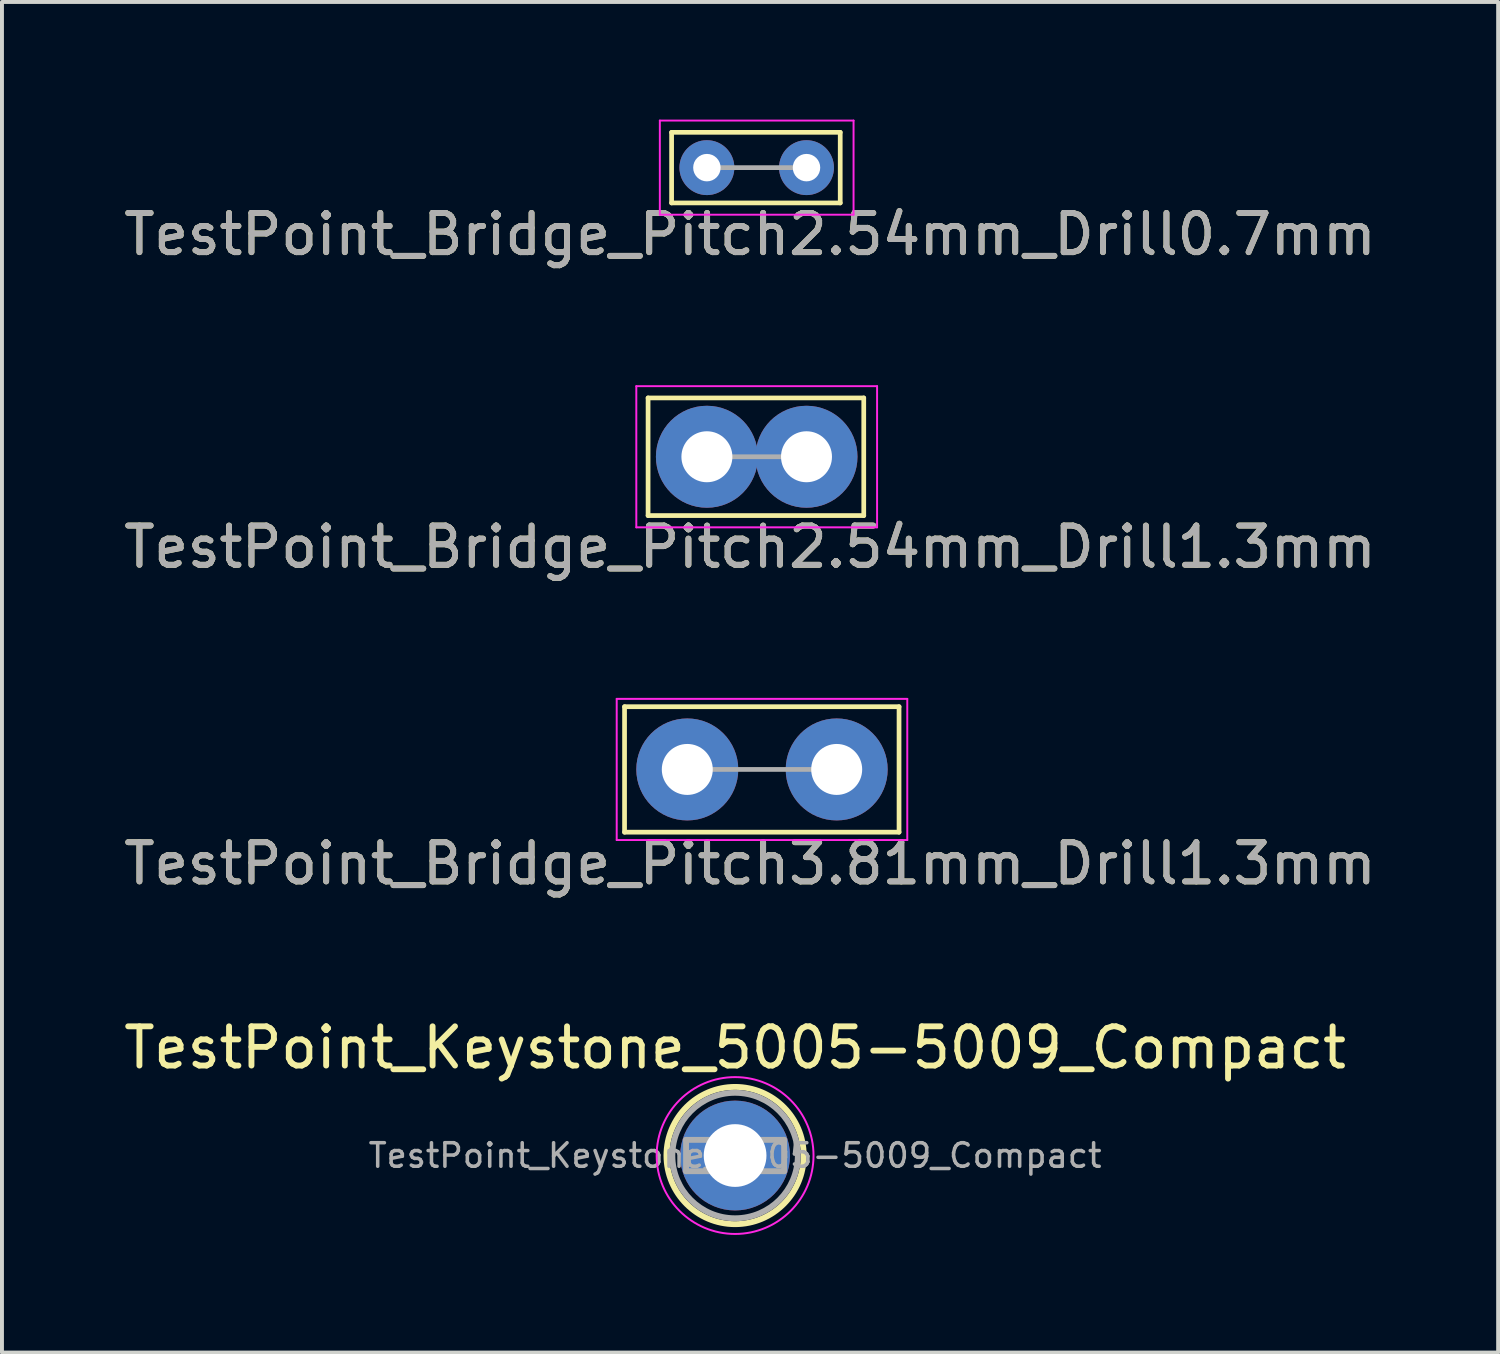
<source format=kicad_pcb>
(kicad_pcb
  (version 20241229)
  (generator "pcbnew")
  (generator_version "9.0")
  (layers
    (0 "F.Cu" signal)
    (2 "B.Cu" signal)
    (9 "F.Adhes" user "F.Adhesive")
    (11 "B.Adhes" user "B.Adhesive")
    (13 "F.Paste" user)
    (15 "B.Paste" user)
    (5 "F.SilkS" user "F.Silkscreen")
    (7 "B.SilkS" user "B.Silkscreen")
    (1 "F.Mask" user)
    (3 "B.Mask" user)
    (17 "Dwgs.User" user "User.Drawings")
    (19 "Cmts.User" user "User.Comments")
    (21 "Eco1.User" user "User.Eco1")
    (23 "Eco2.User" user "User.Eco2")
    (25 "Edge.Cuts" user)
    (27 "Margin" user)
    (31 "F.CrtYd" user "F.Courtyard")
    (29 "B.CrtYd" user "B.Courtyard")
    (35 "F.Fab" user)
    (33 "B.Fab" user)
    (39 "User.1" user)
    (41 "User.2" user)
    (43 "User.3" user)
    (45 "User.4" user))
  (footprint "TestPoint_Bridge_Pitch3.81mm_Drill1.3mm"
    (layer "F.Cu")
    (at 14.477 16.572)
    (property "Reference" "TestPoint_Bridge_Pitch3.81mm_Drill1.3mm" (at 1.6 2.4 0) (layer "F.SilkS") (effects (font (size 1 1) (thickness 0.15))))
    (attr through_hole)
    (fp_line (start -1.6 -1.6) (end 5.4 -1.6) (stroke (width 0.12) (type solid)) (layer "F.SilkS"))
    (fp_line (start -1.6 1.6) (end -1.6 -1.6) (stroke (width 0.12) (type solid)) (layer "F.SilkS"))
    (fp_line (start 5.4 -1.6) (end 5.4 1.6) (stroke (width 0.12) (type solid)) (layer "F.SilkS"))
    (fp_line (start 5.4 1.6) (end -1.6 1.6) (stroke (width 0.12) (type solid)) (layer "F.SilkS"))
    (fp_line (start -1.8 -1.8) (end -1.8 1.8) (stroke (width 0.05) (type solid)) (layer "F.CrtYd"))
    (fp_line (start -1.8 -1.8) (end 5.61 -1.8) (stroke (width 0.05) (type solid)) (layer "F.CrtYd"))
    (fp_line (start 5.61 1.8) (end -1.8 1.8) (stroke (width 0.05) (type solid)) (layer "F.CrtYd"))
    (fp_line (start 5.61 1.8) (end 5.61 -1.8) (stroke (width 0.05) (type solid)) (layer "F.CrtYd"))
    (fp_line (start 3.81 0) (end 0 0) (stroke (width 0.12) (type solid)) (layer "F.Fab"))
    (fp_text user "${REFERENCE}" (at 1.6 2.4 0) (layer "F.Fab") (effects (font (size 1 1) (thickness 0.15))))
    (pad "1" thru_hole circle (at 0 0) (size 2.6 2.6) (drill 1.3) (layers "*.Cu" "*.Mask"))
    (pad "1" thru_hole circle (at 3.81 0) (size 2.6 2.6) (drill 1.3) (layers "*.Cu" "*.Mask")))
  (footprint "TestPoint_Keystone_5005-5009_Compact"
    (layer "F.Cu")
    (at 15.696 26.418)
    (property "Reference" "TestPoint_Keystone_5005-5009_Compact" (at 0 -2.75 0) (layer "F.SilkS") (effects (font (size 1 1) (thickness 0.15))))
    (attr through_hole)
    (fp_circle (center 0 0) (end 1.75 0) (stroke (width 0.15) (type solid)) (fill no) (layer "F.SilkS"))
    (fp_circle (center 0 0) (end 2 0) (stroke (width 0.05) (type solid)) (fill no) (layer "F.CrtYd"))
    (fp_line (start -1.25 -0.4) (end 1.25 -0.4) (stroke (width 0.15) (type solid)) (layer "F.Fab"))
    (fp_line (start -1.25 0.4) (end -1.25 -0.4) (stroke (width 0.15) (type solid)) (layer "F.Fab"))
    (fp_line (start 1.25 -0.4) (end 1.25 0.4) (stroke (width 0.15) (type solid)) (layer "F.Fab"))
    (fp_line (start 1.25 0.4) (end -1.25 0.4) (stroke (width 0.15) (type solid)) (layer "F.Fab"))
    (fp_circle (center 0 0) (end 1.6 0) (stroke (width 0.15) (type solid)) (fill no) (layer "F.Fab"))
    (fp_text user "${REFERENCE}" (at 0 0 0) (layer "F.Fab") (effects (font (size 0.6 0.6) (thickness 0.09))))
    (pad "1" thru_hole circle (at 0 0) (size 2.8 2.8) (drill 1.6) (layers "*.Cu" "*.Mask")))
  (footprint "TestPoint_Bridge_Pitch2.54mm_Drill1.3mm"
    (layer "F.Cu")
    (at 14.977 8.598)
    (property "Reference" "TestPoint_Bridge_Pitch2.54mm_Drill1.3mm" (at 1.1 2.3 0) (layer "F.SilkS") (effects (font (size 1 1) (thickness 0.15))))
    (attr through_hole)
    (fp_line (start -1.5 -1.5) (end -1.5 1.5) (stroke (width 0.12) (type solid)) (layer "F.SilkS"))
    (fp_line (start -1.5 1.5) (end 4 1.5) (stroke (width 0.12) (type solid)) (layer "F.SilkS"))
    (fp_line (start 4 -1.5) (end -1.5 -1.5) (stroke (width 0.12) (type solid)) (layer "F.SilkS"))
    (fp_line (start 4 1.5) (end 4 -1.5) (stroke (width 0.12) (type solid)) (layer "F.SilkS"))
    (fp_line (start -1.8 -1.8) (end -1.8 1.8) (stroke (width 0.05) (type solid)) (layer "F.CrtYd"))
    (fp_line (start -1.8 -1.8) (end 4.34 -1.8) (stroke (width 0.05) (type solid)) (layer "F.CrtYd"))
    (fp_line (start 4.34 1.8) (end -1.8 1.8) (stroke (width 0.05) (type solid)) (layer "F.CrtYd"))
    (fp_line (start 4.34 1.8) (end 4.34 -1.8) (stroke (width 0.05) (type solid)) (layer "F.CrtYd"))
    (fp_line (start 2.54 0) (end 0 0) (stroke (width 0.12) (type solid)) (layer "F.Fab"))
    (fp_text user "${REFERENCE}" (at 1.1 2.3 0) (layer "F.Fab") (effects (font (size 1 1) (thickness 0.15))))
    (pad "1" thru_hole circle (at 0 0) (size 2.6 2.6) (drill 1.3) (layers "*.Cu" "*.Mask"))
    (pad "1" thru_hole circle (at 2.54 0) (size 2.6 2.6) (drill 1.3) (layers "*.Cu" "*.Mask")))
  (footprint "TestPoint_Bridge_Pitch2.54mm_Drill0.7mm"
    (layer "F.Cu")
    (at 14.977 1.225)
    (property "Reference" "TestPoint_Bridge_Pitch2.54mm_Drill0.7mm" (at 1.1 1.7 0) (layer "F.SilkS") (effects (font (size 1 1) (thickness 0.15))))
    (attr through_hole)
    (fp_line (start -0.9 -0.9) (end -0.9 0.9) (stroke (width 0.12) (type solid)) (layer "F.SilkS"))
    (fp_line (start -0.9 -0.9) (end 3.4 -0.9) (stroke (width 0.12) (type solid)) (layer "F.SilkS"))
    (fp_line (start 3.4 0.9) (end -0.9 0.9) (stroke (width 0.12) (type solid)) (layer "F.SilkS"))
    (fp_line (start 3.4 0.9) (end 3.4 -0.9) (stroke (width 0.12) (type solid)) (layer "F.SilkS"))
    (fp_line (start -1.2 -1.2) (end -1.2 1.2) (stroke (width 0.05) (type solid)) (layer "F.CrtYd"))
    (fp_line (start -1.2 -1.2) (end 3.74 -1.2) (stroke (width 0.05) (type solid)) (layer "F.CrtYd"))
    (fp_line (start 3.74 1.2) (end -1.2 1.2) (stroke (width 0.05) (type solid)) (layer "F.CrtYd"))
    (fp_line (start 3.74 1.2) (end 3.74 -1.2) (stroke (width 0.05) (type solid)) (layer "F.CrtYd"))
    (fp_line (start 2.54 0) (end 0 0) (stroke (width 0.12) (type solid)) (layer "F.Fab"))
    (fp_text user "${REFERENCE}" (at 1.1 1.7 0) (layer "F.Fab") (effects (font (size 1 1) (thickness 0.15))))
    (pad "1" thru_hole circle (at 0 0) (size 1.4 1.4) (drill 0.7) (layers "*.Cu" "*.Mask"))
    (pad "1" thru_hole circle (at 2.54 0) (size 1.4 1.4) (drill 0.7) (layers "*.Cu" "*.Mask")))
  (gr_rect
    (start -3 -3)
    (end 35.155 31.443)
    (stroke (width 0.1) (type default))
    (fill no)
    (layer "Edge.Cuts")))
</source>
